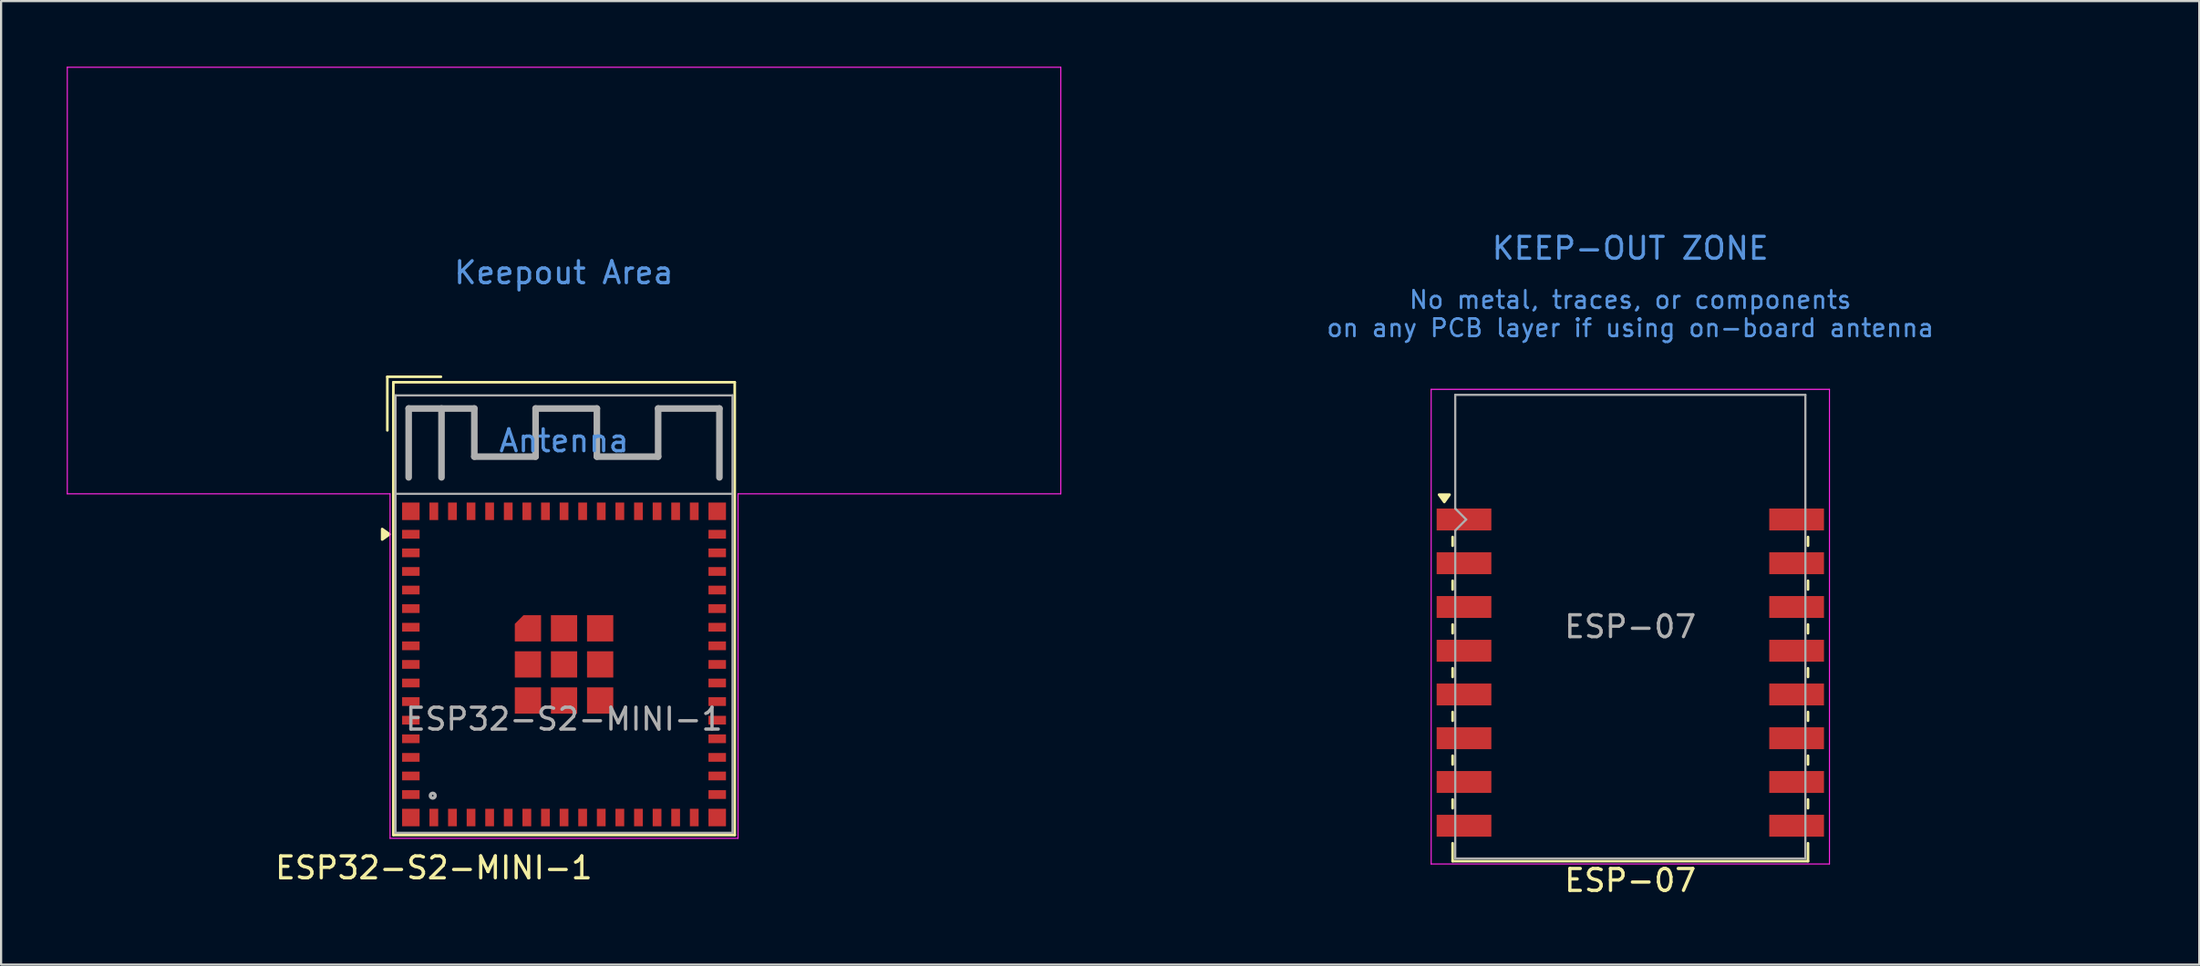
<source format=kicad_pcb>
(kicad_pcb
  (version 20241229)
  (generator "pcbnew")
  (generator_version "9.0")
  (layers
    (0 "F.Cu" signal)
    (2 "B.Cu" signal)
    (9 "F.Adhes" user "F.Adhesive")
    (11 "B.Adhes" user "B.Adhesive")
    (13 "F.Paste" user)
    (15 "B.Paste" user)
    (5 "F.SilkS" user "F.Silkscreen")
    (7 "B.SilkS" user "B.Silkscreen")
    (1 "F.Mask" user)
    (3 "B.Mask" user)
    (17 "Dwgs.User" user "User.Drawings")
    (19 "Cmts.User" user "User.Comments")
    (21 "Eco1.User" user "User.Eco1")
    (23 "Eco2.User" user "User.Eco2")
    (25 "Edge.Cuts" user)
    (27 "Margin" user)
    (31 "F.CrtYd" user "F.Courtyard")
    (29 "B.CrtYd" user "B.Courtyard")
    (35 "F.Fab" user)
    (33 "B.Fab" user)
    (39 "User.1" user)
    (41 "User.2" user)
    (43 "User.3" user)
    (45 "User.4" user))
  (footprint "ESP-07"
    (layer "F.Cu")
    (at 71.45 25.6)
    (property "Reference" "ESP-07" (at 0 11.6 0) (layer "F.SilkS") (effects (font (size 1 1) (thickness 0.15))))
    (attr smd)
    (fp_line (start -8.12 -3.7) (end -8.12 -4.1) (stroke (width 0.12) (type solid)) (layer "F.SilkS"))
    (fp_line (start -8.12 -1.7) (end -8.12 -2.1) (stroke (width 0.12) (type solid)) (layer "F.SilkS"))
    (fp_line (start -8.12 0.3) (end -8.12 -0.1) (stroke (width 0.12) (type solid)) (layer "F.SilkS"))
    (fp_line (start -8.12 2.3) (end -8.12 1.9) (stroke (width 0.12) (type solid)) (layer "F.SilkS"))
    (fp_line (start -8.12 4.3) (end -8.12 3.9) (stroke (width 0.12) (type solid)) (layer "F.SilkS"))
    (fp_line (start -8.12 6.3) (end -8.12 5.9) (stroke (width 0.12) (type solid)) (layer "F.SilkS"))
    (fp_line (start -8.12 8.3) (end -8.12 7.9) (stroke (width 0.12) (type solid)) (layer "F.SilkS"))
    (fp_line (start -8.12 10.72) (end -8.12 9.9) (stroke (width 0.12) (type solid)) (layer "F.SilkS"))
    (fp_line (start 8.12 -3.7) (end 8.12 -4.1) (stroke (width 0.12) (type solid)) (layer "F.SilkS"))
    (fp_line (start 8.12 -1.7) (end 8.12 -2.1) (stroke (width 0.12) (type solid)) (layer "F.SilkS"))
    (fp_line (start 8.12 0.3) (end 8.12 -0.1) (stroke (width 0.12) (type solid)) (layer "F.SilkS"))
    (fp_line (start 8.12 2.3) (end 8.12 1.9) (stroke (width 0.12) (type solid)) (layer "F.SilkS"))
    (fp_line (start 8.12 4.3) (end 8.12 3.9) (stroke (width 0.12) (type solid)) (layer "F.SilkS"))
    (fp_line (start 8.12 6.3) (end 8.12 5.9) (stroke (width 0.12) (type solid)) (layer "F.SilkS"))
    (fp_line (start 8.12 8.3) (end 8.12 7.9) (stroke (width 0.12) (type solid)) (layer "F.SilkS"))
    (fp_line (start 8.12 9.9) (end 8.12 10.72) (stroke (width 0.12) (type solid)) (layer "F.SilkS"))
    (fp_line (start 8.12 10.72) (end -8.12 10.72) (stroke (width 0.12) (type solid)) (layer "F.SilkS"))
    (fp_poly (pts (xy -8.5 -5.7) (xy -8.74 -6.036) (xy -8.26 -6.036) (xy -8.5 -5.7)) (stroke (width 0.12) (type solid)) (fill yes) (layer "F.SilkS"))
    (fp_line (start -9.1 -10.85) (end 9.1 -10.85) (stroke (width 0.05) (type solid)) (layer "F.CrtYd"))
    (fp_line (start -9.1 10.85) (end -9.1 -10.85) (stroke (width 0.05) (type solid)) (layer "F.CrtYd"))
    (fp_line (start 9.1 -10.85) (end 9.1 10.85) (stroke (width 0.05) (type solid)) (layer "F.CrtYd"))
    (fp_line (start 9.1 10.85) (end -9.1 10.85) (stroke (width 0.05) (type solid)) (layer "F.CrtYd"))
    (fp_line (start -8 -10.6) (end 8 -10.6) (stroke (width 0.1) (type solid)) (layer "F.Fab"))
    (fp_line (start -8 -5.4) (end -8 -10.6) (stroke (width 0.1) (type solid)) (layer "F.Fab"))
    (fp_line (start -8 -4.4) (end -7.5 -4.9) (stroke (width 0.1) (type solid)) (layer "F.Fab"))
    (fp_line (start -8 10.6) (end -8 -4.4) (stroke (width 0.1) (type solid)) (layer "F.Fab"))
    (fp_line (start -7.5 -4.9) (end -8 -5.4) (stroke (width 0.1) (type solid)) (layer "F.Fab"))
    (fp_line (start 8 -10.6) (end 8 10.6) (stroke (width 0.1) (type solid)) (layer "F.Fab"))
    (fp_line (start 8 10.6) (end -8 10.6) (stroke (width 0.1) (type solid)) (layer "F.Fab"))
    (fp_text user "No metal, traces, or components\non any PCB layer if using on-board antenna" (at 0 -14.3 180) (layer "Cmts.User") (effects (font (size 0.8 0.8) (thickness 0.12))))
    (fp_text user "KEEP-OUT ZONE" (at 0 -17.3 180) (layer "Cmts.User") (effects (font (size 1 1) (thickness 0.15))))
    (fp_text user "${REFERENCE}" (at 0 0 0) (layer "F.Fab") (effects (font (size 1 1) (thickness 0.15))))
    (pad "1" smd rect (at -7.6 -4.9) (size 2.5 1) (layers "F.Cu" "F.Mask" "F.Paste"))
    (pad "2" smd rect (at -7.6 -2.9) (size 2.5 1) (layers "F.Cu" "F.Mask" "F.Paste"))
    (pad "3" smd rect (at -7.6 -0.9) (size 2.5 1) (layers "F.Cu" "F.Mask" "F.Paste"))
    (pad "4" smd rect (at -7.6 1.1) (size 2.5 1) (layers "F.Cu" "F.Mask" "F.Paste"))
    (pad "5" smd rect (at -7.6 3.1) (size 2.5 1) (layers "F.Cu" "F.Mask" "F.Paste"))
    (pad "6" smd rect (at -7.6 5.1) (size 2.5 1) (layers "F.Cu" "F.Mask" "F.Paste"))
    (pad "7" smd rect (at -7.6 7.1) (size 2.5 1) (layers "F.Cu" "F.Mask" "F.Paste"))
    (pad "8" smd rect (at -7.6 9.1) (size 2.5 1) (layers "F.Cu" "F.Mask" "F.Paste"))
    (pad "9" smd rect (at 7.6 9.1) (size 2.5 1) (layers "F.Cu" "F.Mask" "F.Paste"))
    (pad "10" smd rect (at 7.6 7.1) (size 2.5 1) (layers "F.Cu" "F.Mask" "F.Paste"))
    (pad "11" smd rect (at 7.6 5.1) (size 2.5 1) (layers "F.Cu" "F.Mask" "F.Paste"))
    (pad "12" smd rect (at 7.6 3.1) (size 2.5 1) (layers "F.Cu" "F.Mask" "F.Paste"))
    (pad "13" smd rect (at 7.6 1.1) (size 2.5 1) (layers "F.Cu" "F.Mask" "F.Paste"))
    (pad "14" smd rect (at 7.6 -0.9) (size 2.5 1) (layers "F.Cu" "F.Mask" "F.Paste"))
    (pad "15" smd rect (at 7.6 -2.9) (size 2.5 1) (layers "F.Cu" "F.Mask" "F.Paste"))
    (pad "16" smd rect (at 7.6 -4.9) (size 2.5 1) (layers "F.Cu" "F.Mask" "F.Paste"))
    (zone (net_name "") (layers "F.Cu" "B.Cu") (hatch full 0.508) (connect_pads) (min_thickness 0.254) (filled_areas_thickness no) (keepout (tracks not_allowed) (vias not_allowed) (pads not_allowed) (copperpour not_allowed) (footprints not_allowed)) (placement (enabled no)) (fill) (polygon (pts (xy 48.45 19.6) (xy 94.45 19.6) (xy 94.45 0) (xy 48.45 0)))))
  (footprint "ESP32-S2-MINI-1"
    (layer "F.Cu")
    (at 22.725 24.775)
    (property "Reference" "ESP32-S2-MINI-1" (at -5.95 11.85 0) (unlocked yes) (layer "F.SilkS") (effects (font (size 1 1) (thickness 0.15))))
    (attr smd)
    (fp_line (start -8.075 -10.6) (end -8.075 -8.15) (stroke (width 0.12) (type solid)) (layer "F.SilkS"))
    (fp_line (start -8.075 -10.6) (end -5.625 -10.6) (stroke (width 0.12) (type solid)) (layer "F.SilkS"))
    (fp_line (start -7.8 -10.35) (end 7.8 -10.35) (stroke (width 0.12) (type solid)) (layer "F.SilkS"))
    (fp_line (start -7.8 10.35) (end -7.8 -10.35) (stroke (width 0.12) (type solid)) (layer "F.SilkS"))
    (fp_line (start 7.8 -10.35) (end 7.8 10.35) (stroke (width 0.12) (type solid)) (layer "F.SilkS"))
    (fp_line (start 7.8 10.35) (end -7.8 10.35) (stroke (width 0.12) (type solid)) (layer "F.SilkS"))
    (fp_poly (pts (xy -7.975 -3.4) (xy -8.311 -3.16) (xy -8.311 -3.64) (xy -7.975 -3.4)) (stroke (width 0.12) (type solid)) (fill yes) (layer "F.SilkS"))
    (fp_line (start -22.7 -24.75) (end 22.7 -24.75) (stroke (width 0.05) (type solid)) (layer "F.CrtYd"))
    (fp_line (start -22.7 -5.25) (end -22.7 -24.75) (stroke (width 0.05) (type solid)) (layer "F.CrtYd"))
    (fp_line (start -7.95 -5.25) (end -22.7 -5.25) (stroke (width 0.05) (type solid)) (layer "F.CrtYd"))
    (fp_line (start -7.95 10.5) (end -7.95 -5.25) (stroke (width 0.05) (type solid)) (layer "F.CrtYd"))
    (fp_line (start 7.95 -5.25) (end 7.95 10.5) (stroke (width 0.05) (type solid)) (layer "F.CrtYd"))
    (fp_line (start 7.95 -5.25) (end 22.7 -5.25) (stroke (width 0.05) (type solid)) (layer "F.CrtYd"))
    (fp_line (start 7.95 10.5) (end -7.95 10.5) (stroke (width 0.05) (type solid)) (layer "F.CrtYd"))
    (fp_line (start 22.7 -5.25) (end 22.7 -24.75) (stroke (width 0.05) (type solid)) (layer "F.CrtYd"))
    (fp_line (start -7.7 -9.75) (end 7.7 -9.75) (stroke (width 0.1) (type solid)) (layer "F.Fab"))
    (fp_line (start -7.7 -5.25) (end 7.7 -5.25) (stroke (width 0.1) (type solid)) (layer "F.Fab"))
    (fp_line (start -7.7 10.25) (end -7.7 -9.75) (stroke (width 0.1) (type solid)) (layer "F.Fab"))
    (fp_line (start -7.1 -9.15) (end -4.1 -9.15) (stroke (width 0.3) (type solid)) (layer "F.Fab"))
    (fp_line (start -7.1 -6) (end -7.1 -9.15) (stroke (width 0.3) (type solid)) (layer "F.Fab"))
    (fp_line (start -5.6 -6) (end -5.6 -9.15) (stroke (width 0.3) (type solid)) (layer "F.Fab"))
    (fp_line (start -4.1 -9.15) (end -4.1 -6.95) (stroke (width 0.3) (type solid)) (layer "F.Fab"))
    (fp_line (start -4.1 -6.95) (end -1.3 -6.95) (stroke (width 0.3) (type solid)) (layer "F.Fab"))
    (fp_line (start -1.3 -9.15) (end 1.5 -9.15) (stroke (width 0.3) (type solid)) (layer "F.Fab"))
    (fp_line (start -1.3 -6.95) (end -1.3 -9.15) (stroke (width 0.3) (type solid)) (layer "F.Fab"))
    (fp_line (start 1.5 -9.15) (end 1.5 -6.95) (stroke (width 0.3) (type solid)) (layer "F.Fab"))
    (fp_line (start 1.5 -6.95) (end 4.3 -6.95) (stroke (width 0.3) (type solid)) (layer "F.Fab"))
    (fp_line (start 4.3 -9.15) (end 7.1 -9.15) (stroke (width 0.3) (type solid)) (layer "F.Fab"))
    (fp_line (start 4.3 -6.95) (end 4.3 -9.15) (stroke (width 0.3) (type solid)) (layer "F.Fab"))
    (fp_line (start 7.1 -9.15) (end 7.1 -6) (stroke (width 0.3) (type solid)) (layer "F.Fab"))
    (fp_line (start 7.7 -9.75) (end 7.7 10.25) (stroke (width 0.1) (type solid)) (layer "F.Fab"))
    (fp_line (start 7.7 10.25) (end -7.7 10.25) (stroke (width 0.1) (type solid)) (layer "F.Fab"))
    (fp_circle (center -6 8.55) (end -5.888 8.55) (stroke (width 0.15) (type solid)) (fill no) (layer "F.Fab"))
    (fp_text user "Antenna" (at 0 -7.675 0) (layer "Cmts.User") (effects (font (size 1 1) (thickness 0.15))))
    (fp_text user "Keepout Area" (at -0.01 -15.36 0) (layer "Cmts.User") (effects (font (size 1 1) (thickness 0.15))))
    (fp_text user "${REFERENCE}" (at 0 5.05 0) (unlocked yes) (layer "F.Fab") (effects (font (size 1 1) (thickness 0.15))))
    (pad "1" smd rect (at -7 -3.4) (size 0.8 0.4) (layers "F.Cu" "F.Mask" "F.Paste"))
    (pad "2" smd rect (at -7 -2.55) (size 0.8 0.4) (layers "F.Cu" "F.Mask" "F.Paste"))
    (pad "3" smd rect (at -7 -1.7) (size 0.8 0.4) (layers "F.Cu" "F.Mask" "F.Paste"))
    (pad "4" smd rect (at -7 -0.85) (size 0.8 0.4) (layers "F.Cu" "F.Mask" "F.Paste"))
    (pad "5" smd rect (at -7 0) (size 0.8 0.4) (layers "F.Cu" "F.Mask" "F.Paste"))
    (pad "6" smd rect (at -7 0.85) (size 0.8 0.4) (layers "F.Cu" "F.Mask" "F.Paste"))
    (pad "7" smd rect (at -7 1.7) (size 0.8 0.4) (layers "F.Cu" "F.Mask" "F.Paste"))
    (pad "8" smd rect (at -7 2.55) (size 0.8 0.4) (layers "F.Cu" "F.Mask" "F.Paste"))
    (pad "9" smd rect (at -7 3.4) (size 0.8 0.4) (layers "F.Cu" "F.Mask" "F.Paste"))
    (pad "10" smd rect (at -7 4.25) (size 0.8 0.4) (layers "F.Cu" "F.Mask" "F.Paste"))
    (pad "11" smd rect (at -7 5.1) (size 0.8 0.4) (layers "F.Cu" "F.Mask" "F.Paste"))
    (pad "12" smd rect (at -7 5.95) (size 0.8 0.4) (layers "F.Cu" "F.Mask" "F.Paste"))
    (pad "13" smd rect (at -7 6.8) (size 0.8 0.4) (layers "F.Cu" "F.Mask" "F.Paste"))
    (pad "14" smd rect (at -7 7.65) (size 0.8 0.4) (layers "F.Cu" "F.Mask" "F.Paste"))
    (pad "15" smd rect (at -7 8.5) (size 0.8 0.4) (layers "F.Cu" "F.Mask" "F.Paste"))
    (pad "16" smd rect (at -5.95 9.55 90) (size 0.8 0.4) (layers "F.Cu" "F.Mask" "F.Paste"))
    (pad "17" smd rect (at -5.1 9.55 90) (size 0.8 0.4) (layers "F.Cu" "F.Mask" "F.Paste"))
    (pad "18" smd rect (at -4.25 9.55 90) (size 0.8 0.4) (layers "F.Cu" "F.Mask" "F.Paste"))
    (pad "19" smd rect (at -3.4 9.55 90) (size 0.8 0.4) (layers "F.Cu" "F.Mask" "F.Paste"))
    (pad "20" smd rect (at -2.55 9.55 90) (size 0.8 0.4) (layers "F.Cu" "F.Mask" "F.Paste"))
    (pad "21" smd rect (at -1.7 9.55 90) (size 0.8 0.4) (layers "F.Cu" "F.Mask" "F.Paste"))
    (pad "22" smd rect (at -0.85 9.55 90) (size 0.8 0.4) (layers "F.Cu" "F.Mask" "F.Paste"))
    (pad "23" smd rect (at 0 9.55 90) (size 0.8 0.4) (layers "F.Cu" "F.Mask" "F.Paste"))
    (pad "24" smd rect (at 0.85 9.55 90) (size 0.8 0.4) (layers "F.Cu" "F.Mask" "F.Paste"))
    (pad "25" smd rect (at 1.7 9.55 90) (size 0.8 0.4) (layers "F.Cu" "F.Mask" "F.Paste"))
    (pad "26" smd rect (at 2.55 9.55 90) (size 0.8 0.4) (layers "F.Cu" "F.Mask" "F.Paste"))
    (pad "27" smd rect (at 3.4 9.55 90) (size 0.8 0.4) (layers "F.Cu" "F.Mask" "F.Paste"))
    (pad "28" smd rect (at 4.25 9.55 90) (size 0.8 0.4) (layers "F.Cu" "F.Mask" "F.Paste"))
    (pad "29" smd rect (at 5.1 9.55 90) (size 0.8 0.4) (layers "F.Cu" "F.Mask" "F.Paste"))
    (pad "30" smd rect (at 5.95 9.55 90) (size 0.8 0.4) (layers "F.Cu" "F.Mask" "F.Paste"))
    (pad "31" smd rect (at 7 8.5) (size 0.8 0.4) (layers "F.Cu" "F.Mask" "F.Paste"))
    (pad "32" smd rect (at 7 7.65) (size 0.8 0.4) (layers "F.Cu" "F.Mask" "F.Paste"))
    (pad "33" smd rect (at 7 6.8) (size 0.8 0.4) (layers "F.Cu" "F.Mask" "F.Paste"))
    (pad "34" smd rect (at 7 5.95) (size 0.8 0.4) (layers "F.Cu" "F.Mask" "F.Paste"))
    (pad "35" smd rect (at 7 5.1) (size 0.8 0.4) (layers "F.Cu" "F.Mask" "F.Paste"))
    (pad "36" smd rect (at 7 4.25) (size 0.8 0.4) (layers "F.Cu" "F.Mask" "F.Paste"))
    (pad "37" smd rect (at 7 3.4) (size 0.8 0.4) (layers "F.Cu" "F.Mask" "F.Paste"))
    (pad "38" smd rect (at 7 2.55) (size 0.8 0.4) (layers "F.Cu" "F.Mask" "F.Paste"))
    (pad "39" smd rect (at 7 1.7) (size 0.8 0.4) (layers "F.Cu" "F.Mask" "F.Paste"))
    (pad "40" smd rect (at 7 0.85) (size 0.8 0.4) (layers "F.Cu" "F.Mask" "F.Paste"))
    (pad "41" smd rect (at 7 0) (size 0.8 0.4) (layers "F.Cu" "F.Mask" "F.Paste"))
    (pad "42" smd rect (at 7 -0.85) (size 0.8 0.4) (layers "F.Cu" "F.Mask" "F.Paste"))
    (pad "43" smd rect (at 7 -1.7) (size 0.8 0.4) (layers "F.Cu" "F.Mask" "F.Paste"))
    (pad "44" smd rect (at 7 -2.55) (size 0.8 0.4) (layers "F.Cu" "F.Mask" "F.Paste"))
    (pad "45" smd rect (at 7 -3.4) (size 0.8 0.4) (layers "F.Cu" "F.Mask" "F.Paste"))
    (pad "46" smd rect (at 5.95 -4.45 90) (size 0.8 0.4) (layers "F.Cu" "F.Mask" "F.Paste"))
    (pad "47" smd rect (at 5.1 -4.45 90) (size 0.8 0.4) (layers "F.Cu" "F.Mask" "F.Paste"))
    (pad "48" smd rect (at 4.25 -4.45 90) (size 0.8 0.4) (layers "F.Cu" "F.Mask" "F.Paste"))
    (pad "49" smd rect (at 3.4 -4.45 90) (size 0.8 0.4) (layers "F.Cu" "F.Mask" "F.Paste"))
    (pad "50" smd rect (at 2.55 -4.45 90) (size 0.8 0.4) (layers "F.Cu" "F.Mask" "F.Paste"))
    (pad "51" smd rect (at 1.7 -4.45 90) (size 0.8 0.4) (layers "F.Cu" "F.Mask" "F.Paste"))
    (pad "52" smd rect (at 0.85 -4.45 90) (size 0.8 0.4) (layers "F.Cu" "F.Mask" "F.Paste"))
    (pad "53" smd rect (at 0 -4.45 90) (size 0.8 0.4) (layers "F.Cu" "F.Mask" "F.Paste"))
    (pad "54" smd rect (at -0.85 -4.45 90) (size 0.8 0.4) (layers "F.Cu" "F.Mask" "F.Paste"))
    (pad "55" smd rect (at -1.7 -4.45 90) (size 0.8 0.4) (layers "F.Cu" "F.Mask" "F.Paste"))
    (pad "56" smd rect (at -2.55 -4.45 90) (size 0.8 0.4) (layers "F.Cu" "F.Mask" "F.Paste"))
    (pad "57" smd rect (at -3.4 -4.45 90) (size 0.8 0.4) (layers "F.Cu" "F.Mask" "F.Paste"))
    (pad "58" smd rect (at -4.25 -4.45 90) (size 0.8 0.4) (layers "F.Cu" "F.Mask" "F.Paste"))
    (pad "59" smd rect (at -5.1 -4.45 90) (size 0.8 0.4) (layers "F.Cu" "F.Mask" "F.Paste"))
    (pad "60" smd rect (at -5.95 -4.45 90) (size 0.8 0.4) (layers "F.Cu" "F.Mask" "F.Paste"))
    (pad "61" smd roundrect (at -1.65 0.9) (size 1.2 1.2) (layers "F.Cu" "F.Mask" "F.Paste") (roundrect_rratio 0) (chamfer_ratio 0.33) (chamfer top_left))
    (pad "61" smd rect (at -1.65 2.55) (size 1.2 1.2) (layers "F.Cu" "F.Mask" "F.Paste"))
    (pad "61" smd rect (at -1.65 4.2) (size 1.2 1.2) (layers "F.Cu" "F.Mask" "F.Paste"))
    (pad "61" smd rect (at 0 0.9) (size 1.2 1.2) (layers "F.Cu" "F.Mask" "F.Paste"))
    (pad "61" smd rect (at 0 2.55) (size 1.2 1.2) (layers "F.Cu" "F.Mask" "F.Paste"))
    (pad "61" smd rect (at 0 4.2) (size 1.2 1.2) (layers "F.Cu" "F.Mask" "F.Paste"))
    (pad "61" smd rect (at 1.65 0.9) (size 1.2 1.2) (layers "F.Cu" "F.Mask" "F.Paste"))
    (pad "61" smd rect (at 1.65 2.55) (size 1.2 1.2) (layers "F.Cu" "F.Mask" "F.Paste"))
    (pad "61" smd rect (at 1.65 4.2) (size 1.2 1.2) (layers "F.Cu" "F.Mask" "F.Paste"))
    (pad "62" smd rect (at -7 -4.45) (size 0.8 0.8) (layers "F.Cu" "F.Mask" "F.Paste"))
    (pad "63" smd rect (at -7 9.55) (size 0.8 0.8) (layers "F.Cu" "F.Mask" "F.Paste"))
    (pad "64" smd rect (at 7 9.55) (size 0.8 0.8) (layers "F.Cu" "F.Mask" "F.Paste"))
    (pad "65" smd rect (at 7 -4.45) (size 0.8 0.8) (layers "F.Cu" "F.Mask" "F.Paste"))
    (zone (net_name "") (layers "F.Cu" "B.Cu") (name "Antenna") (hatch full 0.508) (connect_pads) (min_thickness 0.254) (filled_areas_thickness no) (keepout (tracks not_allowed) (vias not_allowed) (pads not_allowed) (copperpour not_allowed) (footprints not_allowed)) (placement (enabled no)) (fill) (polygon (pts (xy 45.425 19.525) (xy 0.025 19.525) (xy 0.025 0.025) (xy 45.425 0.025)))))
  (gr_rect
    (start -3 -3)
    (end 97.45 41.048)
    (stroke (width 0.1) (type default))
    (fill no)
    (layer "Edge.Cuts")))
</source>
